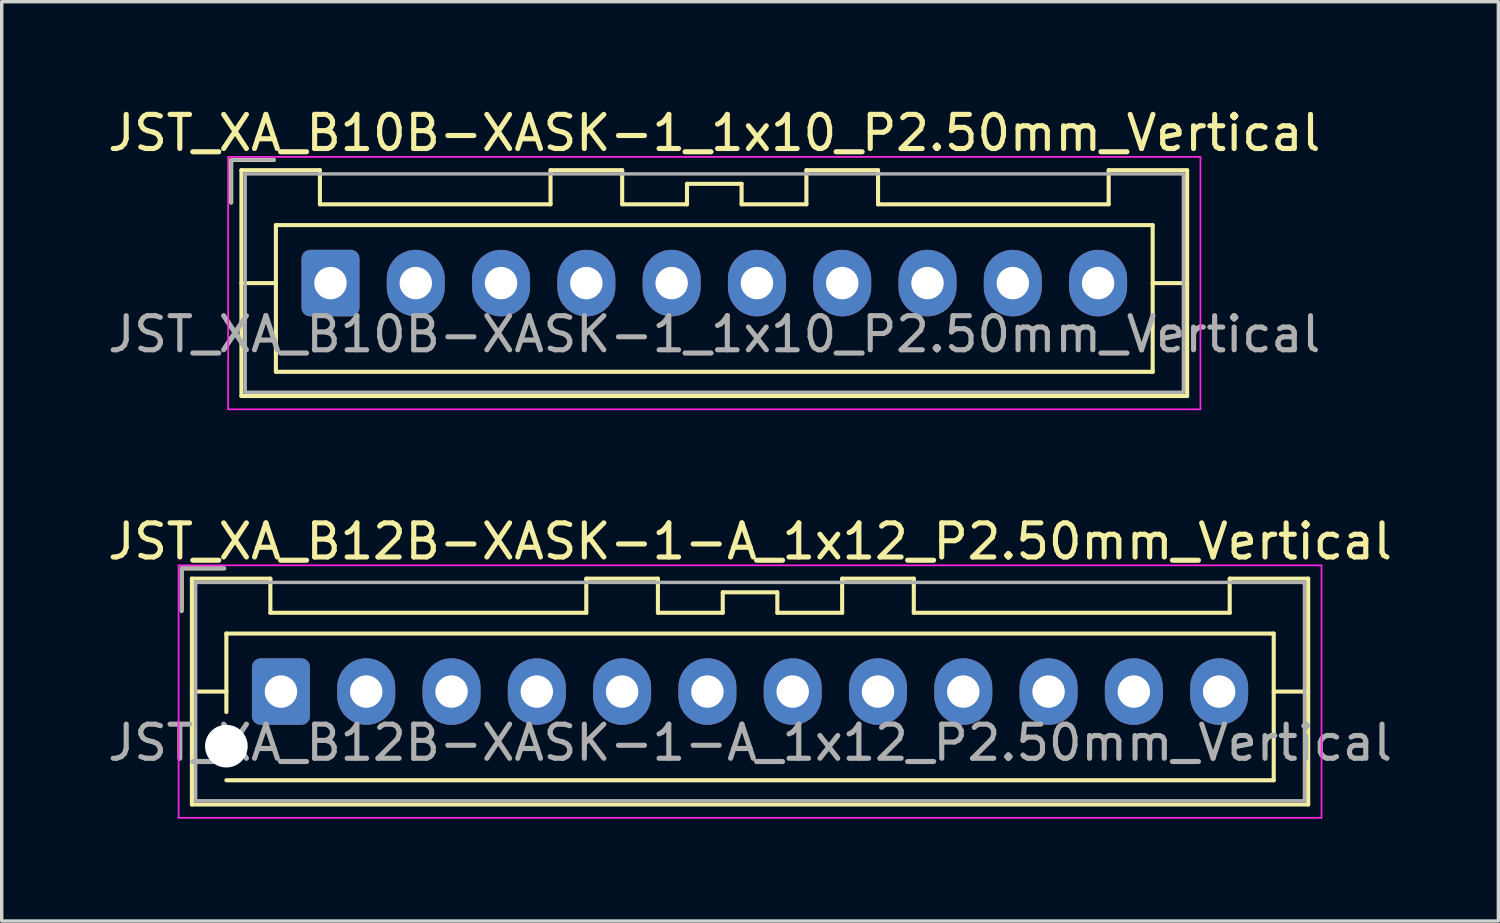
<source format=kicad_pcb>
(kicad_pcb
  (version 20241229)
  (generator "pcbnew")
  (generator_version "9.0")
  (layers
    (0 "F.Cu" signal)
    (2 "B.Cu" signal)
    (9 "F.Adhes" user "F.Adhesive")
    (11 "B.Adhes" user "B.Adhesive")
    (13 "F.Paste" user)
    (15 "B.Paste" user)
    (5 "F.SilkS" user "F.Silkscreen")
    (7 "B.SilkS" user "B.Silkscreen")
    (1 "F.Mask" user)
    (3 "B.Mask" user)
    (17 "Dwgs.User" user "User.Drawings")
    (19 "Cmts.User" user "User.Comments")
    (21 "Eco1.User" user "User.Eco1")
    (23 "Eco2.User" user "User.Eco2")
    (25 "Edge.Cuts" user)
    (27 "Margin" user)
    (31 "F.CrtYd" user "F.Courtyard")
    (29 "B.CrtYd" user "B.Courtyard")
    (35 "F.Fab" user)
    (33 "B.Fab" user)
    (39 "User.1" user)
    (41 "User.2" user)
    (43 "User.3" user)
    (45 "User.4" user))
  (footprint "JST_XA_B12B-XASK-1-A_1x12_P2.50mm_Vertical"
    (layer "F.Cu")
    (at 5.185 17.221)
    (property "Reference" "JST_XA_B12B-XASK-1-A_1x12_P2.50mm_Vertical" (at 13.75 -4.4 0) (layer "F.SilkS") (effects (font (size 1 1) (thickness 0.15))))
    (attr through_hole)
    (fp_line (start -2.91 -3.61) (end -2.91 -2.36) (stroke (width 0.12) (type solid)) (layer "F.SilkS"))
    (fp_line (start -2.61 -3.31) (end -2.61 3.31) (stroke (width 0.12) (type solid)) (layer "F.SilkS"))
    (fp_line (start -2.61 0) (end -1.6 0) (stroke (width 0.12) (type solid)) (layer "F.SilkS"))
    (fp_line (start -2.61 3.31) (end 30.11 3.31) (stroke (width 0.12) (type solid)) (layer "F.SilkS"))
    (fp_line (start -1.66 -3.61) (end -2.91 -3.61) (stroke (width 0.12) (type solid)) (layer "F.SilkS"))
    (fp_line (start -1.6 -1.7) (end 29.1 -1.7) (stroke (width 0.12) (type solid)) (layer "F.SilkS"))
    (fp_line (start -1.6 0.6) (end -1.6 -1.7) (stroke (width 0.12) (type solid)) (layer "F.SilkS"))
    (fp_line (start -0.31 -3.31) (end -2.61 -3.31) (stroke (width 0.12) (type solid)) (layer "F.SilkS"))
    (fp_line (start -0.31 -2.31) (end -0.31 -3.31) (stroke (width 0.12) (type solid)) (layer "F.SilkS"))
    (fp_line (start 8.95 -3.31) (end 8.95 -2.31) (stroke (width 0.12) (type solid)) (layer "F.SilkS"))
    (fp_line (start 8.95 -2.31) (end -0.31 -2.31) (stroke (width 0.12) (type solid)) (layer "F.SilkS"))
    (fp_line (start 11.05 -3.31) (end 8.95 -3.31) (stroke (width 0.12) (type solid)) (layer "F.SilkS"))
    (fp_line (start 11.05 -2.31) (end 11.05 -3.31) (stroke (width 0.12) (type solid)) (layer "F.SilkS"))
    (fp_line (start 12.95 -2.91) (end 12.95 -2.31) (stroke (width 0.12) (type solid)) (layer "F.SilkS"))
    (fp_line (start 12.95 -2.31) (end 11.05 -2.31) (stroke (width 0.12) (type solid)) (layer "F.SilkS"))
    (fp_line (start 14.55 -2.91) (end 12.95 -2.91) (stroke (width 0.12) (type solid)) (layer "F.SilkS"))
    (fp_line (start 14.55 -2.31) (end 14.55 -2.91) (stroke (width 0.12) (type solid)) (layer "F.SilkS"))
    (fp_line (start 16.45 -3.31) (end 16.45 -2.31) (stroke (width 0.12) (type solid)) (layer "F.SilkS"))
    (fp_line (start 16.45 -2.31) (end 14.55 -2.31) (stroke (width 0.12) (type solid)) (layer "F.SilkS"))
    (fp_line (start 18.55 -3.31) (end 16.45 -3.31) (stroke (width 0.12) (type solid)) (layer "F.SilkS"))
    (fp_line (start 18.55 -2.31) (end 18.55 -3.31) (stroke (width 0.12) (type solid)) (layer "F.SilkS"))
    (fp_line (start 27.81 -3.31) (end 27.81 -2.31) (stroke (width 0.12) (type solid)) (layer "F.SilkS"))
    (fp_line (start 27.81 -2.31) (end 18.55 -2.31) (stroke (width 0.12) (type solid)) (layer "F.SilkS"))
    (fp_line (start 29.1 -1.7) (end 29.1 2.6) (stroke (width 0.12) (type solid)) (layer "F.SilkS"))
    (fp_line (start 29.1 2.6) (end -1.6 2.6) (stroke (width 0.12) (type solid)) (layer "F.SilkS"))
    (fp_line (start 30.11 -3.31) (end 27.81 -3.31) (stroke (width 0.12) (type solid)) (layer "F.SilkS"))
    (fp_line (start 30.11 0) (end 29.1 0) (stroke (width 0.12) (type solid)) (layer "F.SilkS"))
    (fp_line (start 30.11 3.31) (end 30.11 -3.31) (stroke (width 0.12) (type solid)) (layer "F.SilkS"))
    (fp_line (start -3 -3.7) (end -3 3.7) (stroke (width 0.05) (type solid)) (layer "F.CrtYd"))
    (fp_line (start -3 3.7) (end 30.5 3.7) (stroke (width 0.05) (type solid)) (layer "F.CrtYd"))
    (fp_line (start 30.5 -3.7) (end -3 -3.7) (stroke (width 0.05) (type solid)) (layer "F.CrtYd"))
    (fp_line (start 30.5 3.7) (end 30.5 -3.7) (stroke (width 0.05) (type solid)) (layer "F.CrtYd"))
    (fp_line (start -2.91 -3.61) (end -2.91 -2.36) (stroke (width 0.1) (type solid)) (layer "F.Fab"))
    (fp_line (start -2.5 -3.2) (end -2.5 3.2) (stroke (width 0.1) (type solid)) (layer "F.Fab"))
    (fp_line (start -2.5 3.2) (end 30 3.2) (stroke (width 0.1) (type solid)) (layer "F.Fab"))
    (fp_line (start -1.66 -3.61) (end -2.91 -3.61) (stroke (width 0.1) (type solid)) (layer "F.Fab"))
    (fp_line (start 30 -3.2) (end -2.5 -3.2) (stroke (width 0.1) (type solid)) (layer "F.Fab"))
    (fp_line (start 30 3.2) (end 30 -3.2) (stroke (width 0.1) (type solid)) (layer "F.Fab"))
    (fp_text user "${REFERENCE}" (at 13.75 1.5 0) (layer "F.Fab") (effects (font (size 1 1) (thickness 0.15))))
    (pad "" np_thru_hole circle (at -1.6 1.6) (size 1.25 1.25) (drill 1.25) (layers "*.Cu" "*.Mask"))
    (pad "1" thru_hole roundrect (at 0 0) (size 1.7 1.95) (drill 0.95) (layers "*.Cu" "*.Mask") (roundrect_rratio 0.147))
    (pad "2" thru_hole oval (at 2.5 0) (size 1.7 1.95) (drill 0.95) (layers "*.Cu" "*.Mask"))
    (pad "3" thru_hole oval (at 5 0) (size 1.7 1.95) (drill 0.95) (layers "*.Cu" "*.Mask"))
    (pad "4" thru_hole oval (at 7.5 0) (size 1.7 1.95) (drill 0.95) (layers "*.Cu" "*.Mask"))
    (pad "5" thru_hole oval (at 10 0) (size 1.7 1.95) (drill 0.95) (layers "*.Cu" "*.Mask"))
    (pad "6" thru_hole oval (at 12.5 0) (size 1.7 1.95) (drill 0.95) (layers "*.Cu" "*.Mask"))
    (pad "7" thru_hole oval (at 15 0) (size 1.7 1.95) (drill 0.95) (layers "*.Cu" "*.Mask"))
    (pad "8" thru_hole oval (at 17.5 0) (size 1.7 1.95) (drill 0.95) (layers "*.Cu" "*.Mask"))
    (pad "9" thru_hole oval (at 20 0) (size 1.7 1.95) (drill 0.95) (layers "*.Cu" "*.Mask"))
    (pad "10" thru_hole oval (at 22.5 0) (size 1.7 1.95) (drill 0.95) (layers "*.Cu" "*.Mask"))
    (pad "11" thru_hole oval (at 25 0) (size 1.7 1.95) (drill 0.95) (layers "*.Cu" "*.Mask"))
    (pad "12" thru_hole oval (at 27.5 0) (size 1.7 1.95) (drill 0.95) (layers "*.Cu" "*.Mask")))
  (footprint "JST_XA_B10B-XASK-1_1x10_P2.50mm_Vertical"
    (layer "F.Cu")
    (at 6.637 5.248)
    (property "Reference" "JST_XA_B10B-XASK-1_1x10_P2.50mm_Vertical" (at 11.25 -4.4 0) (layer "F.SilkS") (effects (font (size 1 1) (thickness 0.15))))
    (attr through_hole)
    (fp_line (start -2.91 -3.61) (end -2.91 -2.36) (stroke (width 0.12) (type solid)) (layer "F.SilkS"))
    (fp_line (start -2.61 -3.31) (end -2.61 3.31) (stroke (width 0.12) (type solid)) (layer "F.SilkS"))
    (fp_line (start -2.61 0) (end -1.6 0) (stroke (width 0.12) (type solid)) (layer "F.SilkS"))
    (fp_line (start -2.61 3.31) (end 25.11 3.31) (stroke (width 0.12) (type solid)) (layer "F.SilkS"))
    (fp_line (start -1.66 -3.61) (end -2.91 -3.61) (stroke (width 0.12) (type solid)) (layer "F.SilkS"))
    (fp_line (start -1.6 -1.7) (end -1.6 2.6) (stroke (width 0.12) (type solid)) (layer "F.SilkS"))
    (fp_line (start -1.6 2.6) (end 24.1 2.6) (stroke (width 0.12) (type solid)) (layer "F.SilkS"))
    (fp_line (start -0.31 -3.31) (end -2.61 -3.31) (stroke (width 0.12) (type solid)) (layer "F.SilkS"))
    (fp_line (start -0.31 -2.31) (end -0.31 -3.31) (stroke (width 0.12) (type solid)) (layer "F.SilkS"))
    (fp_line (start 6.45 -3.31) (end 6.45 -2.31) (stroke (width 0.12) (type solid)) (layer "F.SilkS"))
    (fp_line (start 6.45 -2.31) (end -0.31 -2.31) (stroke (width 0.12) (type solid)) (layer "F.SilkS"))
    (fp_line (start 8.55 -3.31) (end 6.45 -3.31) (stroke (width 0.12) (type solid)) (layer "F.SilkS"))
    (fp_line (start 8.55 -2.31) (end 8.55 -3.31) (stroke (width 0.12) (type solid)) (layer "F.SilkS"))
    (fp_line (start 10.45 -2.91) (end 10.45 -2.31) (stroke (width 0.12) (type solid)) (layer "F.SilkS"))
    (fp_line (start 10.45 -2.31) (end 8.55 -2.31) (stroke (width 0.12) (type solid)) (layer "F.SilkS"))
    (fp_line (start 12.05 -2.91) (end 10.45 -2.91) (stroke (width 0.12) (type solid)) (layer "F.SilkS"))
    (fp_line (start 12.05 -2.31) (end 12.05 -2.91) (stroke (width 0.12) (type solid)) (layer "F.SilkS"))
    (fp_line (start 13.95 -3.31) (end 13.95 -2.31) (stroke (width 0.12) (type solid)) (layer "F.SilkS"))
    (fp_line (start 13.95 -2.31) (end 12.05 -2.31) (stroke (width 0.12) (type solid)) (layer "F.SilkS"))
    (fp_line (start 16.05 -3.31) (end 13.95 -3.31) (stroke (width 0.12) (type solid)) (layer "F.SilkS"))
    (fp_line (start 16.05 -2.31) (end 16.05 -3.31) (stroke (width 0.12) (type solid)) (layer "F.SilkS"))
    (fp_line (start 22.81 -3.31) (end 22.81 -2.31) (stroke (width 0.12) (type solid)) (layer "F.SilkS"))
    (fp_line (start 22.81 -2.31) (end 16.05 -2.31) (stroke (width 0.12) (type solid)) (layer "F.SilkS"))
    (fp_line (start 24.1 -1.7) (end -1.6 -1.7) (stroke (width 0.12) (type solid)) (layer "F.SilkS"))
    (fp_line (start 24.1 2.6) (end 24.1 -1.7) (stroke (width 0.12) (type solid)) (layer "F.SilkS"))
    (fp_line (start 25.11 -3.31) (end 22.81 -3.31) (stroke (width 0.12) (type solid)) (layer "F.SilkS"))
    (fp_line (start 25.11 0) (end 24.1 0) (stroke (width 0.12) (type solid)) (layer "F.SilkS"))
    (fp_line (start 25.11 3.31) (end 25.11 -3.31) (stroke (width 0.12) (type solid)) (layer "F.SilkS"))
    (fp_line (start -3 -3.7) (end -3 3.7) (stroke (width 0.05) (type solid)) (layer "F.CrtYd"))
    (fp_line (start -3 3.7) (end 25.5 3.7) (stroke (width 0.05) (type solid)) (layer "F.CrtYd"))
    (fp_line (start 25.5 -3.7) (end -3 -3.7) (stroke (width 0.05) (type solid)) (layer "F.CrtYd"))
    (fp_line (start 25.5 3.7) (end 25.5 -3.7) (stroke (width 0.05) (type solid)) (layer "F.CrtYd"))
    (fp_line (start -2.91 -3.61) (end -2.91 -2.36) (stroke (width 0.1) (type solid)) (layer "F.Fab"))
    (fp_line (start -2.5 -3.2) (end -2.5 3.2) (stroke (width 0.1) (type solid)) (layer "F.Fab"))
    (fp_line (start -2.5 3.2) (end 25 3.2) (stroke (width 0.1) (type solid)) (layer "F.Fab"))
    (fp_line (start -1.66 -3.61) (end -2.91 -3.61) (stroke (width 0.1) (type solid)) (layer "F.Fab"))
    (fp_line (start 25 -3.2) (end -2.5 -3.2) (stroke (width 0.1) (type solid)) (layer "F.Fab"))
    (fp_line (start 25 3.2) (end 25 -3.2) (stroke (width 0.1) (type solid)) (layer "F.Fab"))
    (fp_text user "${REFERENCE}" (at 11.25 1.5 0) (layer "F.Fab") (effects (font (size 1 1) (thickness 0.15))))
    (pad "1" thru_hole roundrect (at 0 0) (size 1.7 1.95) (drill 0.95) (layers "*.Cu" "*.Mask") (roundrect_rratio 0.147))
    (pad "2" thru_hole oval (at 2.5 0) (size 1.7 1.95) (drill 0.95) (layers "*.Cu" "*.Mask"))
    (pad "3" thru_hole oval (at 5 0) (size 1.7 1.95) (drill 0.95) (layers "*.Cu" "*.Mask"))
    (pad "4" thru_hole oval (at 7.5 0) (size 1.7 1.95) (drill 0.95) (layers "*.Cu" "*.Mask"))
    (pad "5" thru_hole oval (at 10 0) (size 1.7 1.95) (drill 0.95) (layers "*.Cu" "*.Mask"))
    (pad "6" thru_hole oval (at 12.5 0) (size 1.7 1.95) (drill 0.95) (layers "*.Cu" "*.Mask"))
    (pad "7" thru_hole oval (at 15 0) (size 1.7 1.95) (drill 0.95) (layers "*.Cu" "*.Mask"))
    (pad "8" thru_hole oval (at 17.5 0) (size 1.7 1.95) (drill 0.95) (layers "*.Cu" "*.Mask"))
    (pad "9" thru_hole oval (at 20 0) (size 1.7 1.95) (drill 0.95) (layers "*.Cu" "*.Mask"))
    (pad "10" thru_hole oval (at 22.5 0) (size 1.7 1.95) (drill 0.95) (layers "*.Cu" "*.Mask")))
  (gr_rect
    (start -3 -3)
    (end 40.869 23.947)
    (stroke (width 0.1) (type default))
    (fill no)
    (layer "Edge.Cuts")))
</source>
